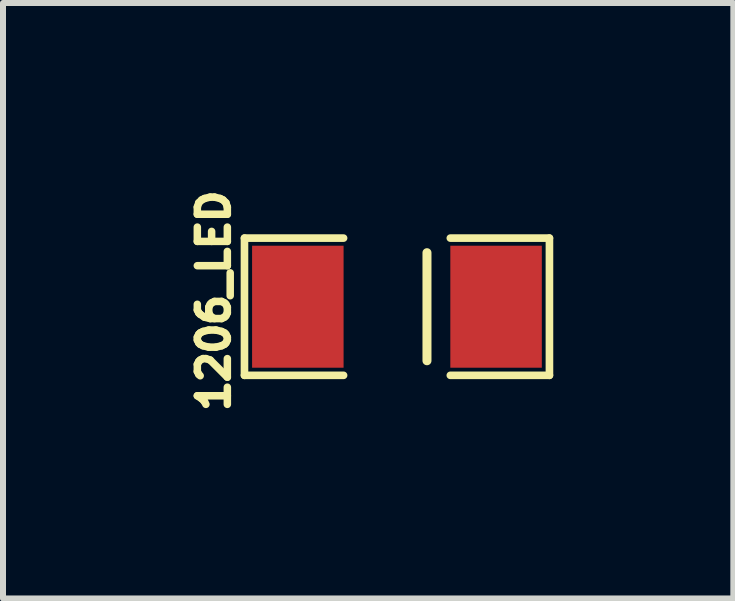
<source format=kicad_pcb>
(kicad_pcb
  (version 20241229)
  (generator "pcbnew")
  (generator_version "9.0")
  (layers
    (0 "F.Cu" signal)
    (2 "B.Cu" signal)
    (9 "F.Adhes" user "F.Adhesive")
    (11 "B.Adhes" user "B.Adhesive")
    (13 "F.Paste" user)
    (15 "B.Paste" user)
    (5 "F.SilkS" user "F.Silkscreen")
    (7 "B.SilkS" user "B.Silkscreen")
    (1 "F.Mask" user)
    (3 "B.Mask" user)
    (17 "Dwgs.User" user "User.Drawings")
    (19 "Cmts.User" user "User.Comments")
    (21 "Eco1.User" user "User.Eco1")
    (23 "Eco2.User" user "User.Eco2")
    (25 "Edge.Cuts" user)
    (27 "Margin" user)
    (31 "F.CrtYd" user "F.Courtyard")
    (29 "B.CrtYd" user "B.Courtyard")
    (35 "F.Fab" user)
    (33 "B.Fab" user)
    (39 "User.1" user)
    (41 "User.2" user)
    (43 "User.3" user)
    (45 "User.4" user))
  (footprint "1206_LED"
    (layer "F.Cu")
    (at 3.562 2.059)
    (property "Reference" "1206_LED" (at -3.05 -0.1 90) (layer "F.SilkS") (effects (font (size 0.5 0.5) (thickness 0.125))))
    (attr smd)
    (fp_line (start -2.54 -1.143) (end -2.54 1.143) (stroke (width 0.127) (type solid)) (layer "F.SilkS"))
    (fp_line (start -2.54 1.143) (end -0.889 1.143) (stroke (width 0.127) (type solid)) (layer "F.SilkS"))
    (fp_line (start -0.889 -1.143) (end -2.54 -1.143) (stroke (width 0.127) (type solid)) (layer "F.SilkS"))
    (fp_line (start 0.5 -0.9) (end 0.5 0.9) (stroke (width 0.15) (type solid)) (layer "F.SilkS"))
    (fp_line (start 0.889 -1.143) (end 2.54 -1.143) (stroke (width 0.127) (type solid)) (layer "F.SilkS"))
    (fp_line (start 2.54 -1.143) (end 2.54 1.143) (stroke (width 0.127) (type solid)) (layer "F.SilkS"))
    (fp_line (start 2.54 1.143) (end 0.889 1.143) (stroke (width 0.127) (type solid)) (layer "F.SilkS"))
    (pad "1" smd rect (at -1.651 0) (size 1.524 2.032) (layers "F.Cu" "F.Mask" "F.Paste"))
    (pad "2" smd rect (at 1.651 0) (size 1.524 2.032) (layers "F.Cu" "F.Mask" "F.Paste")))
  (gr_rect
    (start -3 -3)
    (end 9.165 6.918)
    (stroke (width 0.1) (type default))
    (fill no)
    (layer "Edge.Cuts")))
</source>
